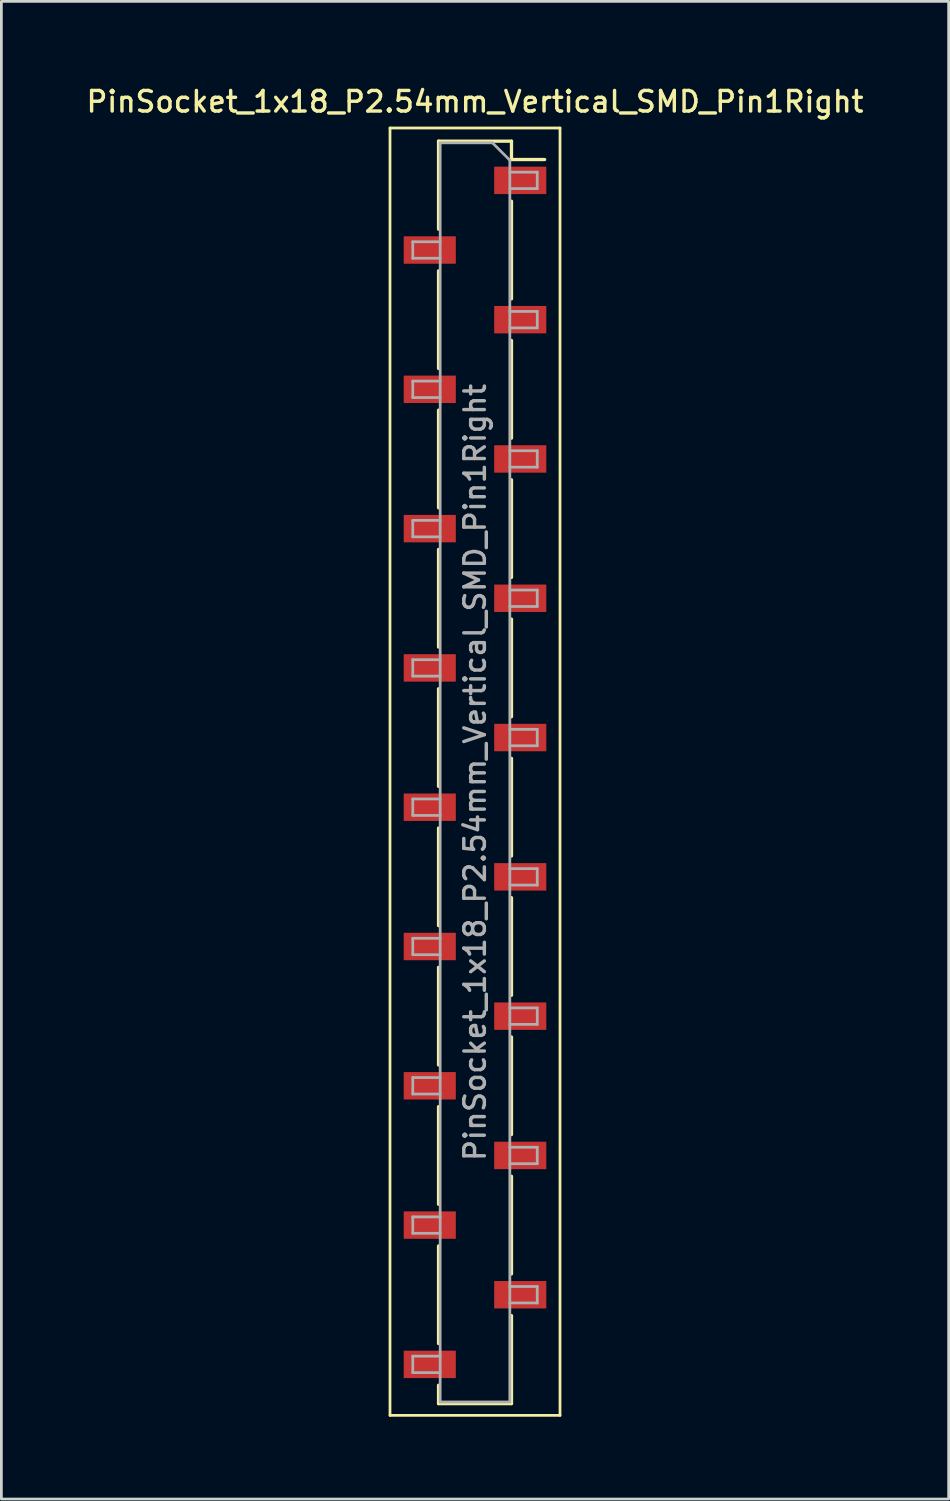
<source format=kicad_pcb>
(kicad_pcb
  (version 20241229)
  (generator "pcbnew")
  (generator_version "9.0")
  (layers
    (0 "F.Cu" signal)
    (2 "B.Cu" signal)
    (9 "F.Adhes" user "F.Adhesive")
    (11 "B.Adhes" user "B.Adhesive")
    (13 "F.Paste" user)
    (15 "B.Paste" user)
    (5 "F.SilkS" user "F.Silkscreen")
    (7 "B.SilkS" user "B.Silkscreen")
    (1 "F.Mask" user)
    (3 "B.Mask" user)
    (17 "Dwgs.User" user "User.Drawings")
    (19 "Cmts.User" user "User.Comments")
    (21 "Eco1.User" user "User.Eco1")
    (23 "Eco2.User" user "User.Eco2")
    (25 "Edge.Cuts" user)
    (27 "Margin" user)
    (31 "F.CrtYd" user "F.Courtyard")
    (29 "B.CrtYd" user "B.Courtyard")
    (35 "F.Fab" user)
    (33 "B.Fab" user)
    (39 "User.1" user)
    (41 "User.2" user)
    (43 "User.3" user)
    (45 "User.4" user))
  (footprint "PinSocket_1x18_P2.54mm_Vertical_SMD_Pin1Right"
    (layer "F.Cu")
    (at 14.273 25.118)
    (property "Reference" "PinSocket_1x18_P2.54mm_Vertical_SMD_Pin1Right" (at 0 -24.46 0) (layer "F.SilkS") (effects (font (size 0.75 0.75) (thickness 0.125))))
    (attr smd)
    (fp_line (start -3.1 -23.5) (end 3.1 -23.5) (stroke (width 0.1) (type solid)) (layer "F.SilkS"))
    (fp_line (start -3.1 23.45) (end -3.1 -23.5) (stroke (width 0.1) (type solid)) (layer "F.SilkS"))
    (fp_line (start -1.33 -23.02) (end -1.33 -19.81) (stroke (width 0.12) (type solid)) (layer "F.SilkS"))
    (fp_line (start -1.33 -23.02) (end 1.33 -23.02) (stroke (width 0.12) (type solid)) (layer "F.SilkS"))
    (fp_line (start -1.33 -18.29) (end -1.33 -14.73) (stroke (width 0.12) (type solid)) (layer "F.SilkS"))
    (fp_line (start -1.33 -13.21) (end -1.33 -9.65) (stroke (width 0.12) (type solid)) (layer "F.SilkS"))
    (fp_line (start -1.33 -8.13) (end -1.33 -4.57) (stroke (width 0.12) (type solid)) (layer "F.SilkS"))
    (fp_line (start -1.33 -3.05) (end -1.33 0.51) (stroke (width 0.12) (type solid)) (layer "F.SilkS"))
    (fp_line (start -1.33 2.03) (end -1.33 5.59) (stroke (width 0.12) (type solid)) (layer "F.SilkS"))
    (fp_line (start -1.33 7.11) (end -1.33 10.67) (stroke (width 0.12) (type solid)) (layer "F.SilkS"))
    (fp_line (start -1.33 12.19) (end -1.33 15.75) (stroke (width 0.12) (type solid)) (layer "F.SilkS"))
    (fp_line (start -1.33 17.27) (end -1.33 20.83) (stroke (width 0.12) (type solid)) (layer "F.SilkS"))
    (fp_line (start -1.33 22.35) (end -1.33 23.02) (stroke (width 0.12) (type solid)) (layer "F.SilkS"))
    (fp_line (start -1.33 23.02) (end 1.33 23.02) (stroke (width 0.12) (type solid)) (layer "F.SilkS"))
    (fp_line (start 1.33 -23.02) (end 1.33 -22.35) (stroke (width 0.12) (type solid)) (layer "F.SilkS"))
    (fp_line (start 1.33 -22.35) (end 2.54 -22.35) (stroke (width 0.12) (type solid)) (layer "F.SilkS"))
    (fp_line (start 1.33 -20.83) (end 1.33 -17.27) (stroke (width 0.12) (type solid)) (layer "F.SilkS"))
    (fp_line (start 1.33 -15.75) (end 1.33 -12.19) (stroke (width 0.12) (type solid)) (layer "F.SilkS"))
    (fp_line (start 1.33 -10.67) (end 1.33 -7.11) (stroke (width 0.12) (type solid)) (layer "F.SilkS"))
    (fp_line (start 1.33 -5.59) (end 1.33 -2.03) (stroke (width 0.12) (type solid)) (layer "F.SilkS"))
    (fp_line (start 1.33 -0.51) (end 1.33 3.05) (stroke (width 0.12) (type solid)) (layer "F.SilkS"))
    (fp_line (start 1.33 4.57) (end 1.33 8.13) (stroke (width 0.12) (type solid)) (layer "F.SilkS"))
    (fp_line (start 1.33 9.65) (end 1.33 13.21) (stroke (width 0.12) (type solid)) (layer "F.SilkS"))
    (fp_line (start 1.33 14.73) (end 1.33 18.29) (stroke (width 0.12) (type solid)) (layer "F.SilkS"))
    (fp_line (start 1.33 19.81) (end 1.33 23.02) (stroke (width 0.12) (type solid)) (layer "F.SilkS"))
    (fp_line (start 3.1 -23.5) (end 3.1 23.45) (stroke (width 0.1) (type solid)) (layer "F.SilkS"))
    (fp_line (start 3.1 23.45) (end -3.1 23.45) (stroke (width 0.1) (type solid)) (layer "F.SilkS"))
    (fp_line (start -2.27 -19.35) (end -1.27 -19.35) (stroke (width 0.1) (type solid)) (layer "F.Fab"))
    (fp_line (start -2.27 -18.75) (end -2.27 -19.35) (stroke (width 0.1) (type solid)) (layer "F.Fab"))
    (fp_line (start -2.27 -14.27) (end -1.27 -14.27) (stroke (width 0.1) (type solid)) (layer "F.Fab"))
    (fp_line (start -2.27 -13.67) (end -2.27 -14.27) (stroke (width 0.1) (type solid)) (layer "F.Fab"))
    (fp_line (start -2.27 -9.19) (end -1.27 -9.19) (stroke (width 0.1) (type solid)) (layer "F.Fab"))
    (fp_line (start -2.27 -8.59) (end -2.27 -9.19) (stroke (width 0.1) (type solid)) (layer "F.Fab"))
    (fp_line (start -2.27 -4.11) (end -1.27 -4.11) (stroke (width 0.1) (type solid)) (layer "F.Fab"))
    (fp_line (start -2.27 -3.51) (end -2.27 -4.11) (stroke (width 0.1) (type solid)) (layer "F.Fab"))
    (fp_line (start -2.27 0.97) (end -1.27 0.97) (stroke (width 0.1) (type solid)) (layer "F.Fab"))
    (fp_line (start -2.27 1.57) (end -2.27 0.97) (stroke (width 0.1) (type solid)) (layer "F.Fab"))
    (fp_line (start -2.27 6.05) (end -1.27 6.05) (stroke (width 0.1) (type solid)) (layer "F.Fab"))
    (fp_line (start -2.27 6.65) (end -2.27 6.05) (stroke (width 0.1) (type solid)) (layer "F.Fab"))
    (fp_line (start -2.27 11.13) (end -1.27 11.13) (stroke (width 0.1) (type solid)) (layer "F.Fab"))
    (fp_line (start -2.27 11.73) (end -2.27 11.13) (stroke (width 0.1) (type solid)) (layer "F.Fab"))
    (fp_line (start -2.27 16.21) (end -1.27 16.21) (stroke (width 0.1) (type solid)) (layer "F.Fab"))
    (fp_line (start -2.27 16.81) (end -2.27 16.21) (stroke (width 0.1) (type solid)) (layer "F.Fab"))
    (fp_line (start -2.27 21.29) (end -1.27 21.29) (stroke (width 0.1) (type solid)) (layer "F.Fab"))
    (fp_line (start -2.27 21.89) (end -2.27 21.29) (stroke (width 0.1) (type solid)) (layer "F.Fab"))
    (fp_line (start -1.27 -22.96) (end 0.635 -22.96) (stroke (width 0.1) (type solid)) (layer "F.Fab"))
    (fp_line (start -1.27 -18.75) (end -2.27 -18.75) (stroke (width 0.1) (type solid)) (layer "F.Fab"))
    (fp_line (start -1.27 -13.67) (end -2.27 -13.67) (stroke (width 0.1) (type solid)) (layer "F.Fab"))
    (fp_line (start -1.27 -8.59) (end -2.27 -8.59) (stroke (width 0.1) (type solid)) (layer "F.Fab"))
    (fp_line (start -1.27 -3.51) (end -2.27 -3.51) (stroke (width 0.1) (type solid)) (layer "F.Fab"))
    (fp_line (start -1.27 1.57) (end -2.27 1.57) (stroke (width 0.1) (type solid)) (layer "F.Fab"))
    (fp_line (start -1.27 6.65) (end -2.27 6.65) (stroke (width 0.1) (type solid)) (layer "F.Fab"))
    (fp_line (start -1.27 11.73) (end -2.27 11.73) (stroke (width 0.1) (type solid)) (layer "F.Fab"))
    (fp_line (start -1.27 16.81) (end -2.27 16.81) (stroke (width 0.1) (type solid)) (layer "F.Fab"))
    (fp_line (start -1.27 21.89) (end -2.27 21.89) (stroke (width 0.1) (type solid)) (layer "F.Fab"))
    (fp_line (start -1.27 22.96) (end -1.27 -22.96) (stroke (width 0.1) (type solid)) (layer "F.Fab"))
    (fp_line (start 0.635 -22.96) (end 1.27 -22.325) (stroke (width 0.1) (type solid)) (layer "F.Fab"))
    (fp_line (start 1.27 -22.325) (end 1.27 22.96) (stroke (width 0.1) (type solid)) (layer "F.Fab"))
    (fp_line (start 1.27 -21.89) (end 2.27 -21.89) (stroke (width 0.1) (type solid)) (layer "F.Fab"))
    (fp_line (start 1.27 -16.81) (end 2.27 -16.81) (stroke (width 0.1) (type solid)) (layer "F.Fab"))
    (fp_line (start 1.27 -11.73) (end 2.27 -11.73) (stroke (width 0.1) (type solid)) (layer "F.Fab"))
    (fp_line (start 1.27 -6.65) (end 2.27 -6.65) (stroke (width 0.1) (type solid)) (layer "F.Fab"))
    (fp_line (start 1.27 -1.57) (end 2.27 -1.57) (stroke (width 0.1) (type solid)) (layer "F.Fab"))
    (fp_line (start 1.27 3.51) (end 2.27 3.51) (stroke (width 0.1) (type solid)) (layer "F.Fab"))
    (fp_line (start 1.27 8.59) (end 2.27 8.59) (stroke (width 0.1) (type solid)) (layer "F.Fab"))
    (fp_line (start 1.27 13.67) (end 2.27 13.67) (stroke (width 0.1) (type solid)) (layer "F.Fab"))
    (fp_line (start 1.27 18.75) (end 2.27 18.75) (stroke (width 0.1) (type solid)) (layer "F.Fab"))
    (fp_line (start 1.27 22.96) (end -1.27 22.96) (stroke (width 0.1) (type solid)) (layer "F.Fab"))
    (fp_line (start 2.27 -21.89) (end 2.27 -21.29) (stroke (width 0.1) (type solid)) (layer "F.Fab"))
    (fp_line (start 2.27 -21.29) (end 1.27 -21.29) (stroke (width 0.1) (type solid)) (layer "F.Fab"))
    (fp_line (start 2.27 -16.81) (end 2.27 -16.21) (stroke (width 0.1) (type solid)) (layer "F.Fab"))
    (fp_line (start 2.27 -16.21) (end 1.27 -16.21) (stroke (width 0.1) (type solid)) (layer "F.Fab"))
    (fp_line (start 2.27 -11.73) (end 2.27 -11.13) (stroke (width 0.1) (type solid)) (layer "F.Fab"))
    (fp_line (start 2.27 -11.13) (end 1.27 -11.13) (stroke (width 0.1) (type solid)) (layer "F.Fab"))
    (fp_line (start 2.27 -6.65) (end 2.27 -6.05) (stroke (width 0.1) (type solid)) (layer "F.Fab"))
    (fp_line (start 2.27 -6.05) (end 1.27 -6.05) (stroke (width 0.1) (type solid)) (layer "F.Fab"))
    (fp_line (start 2.27 -1.57) (end 2.27 -0.97) (stroke (width 0.1) (type solid)) (layer "F.Fab"))
    (fp_line (start 2.27 -0.97) (end 1.27 -0.97) (stroke (width 0.1) (type solid)) (layer "F.Fab"))
    (fp_line (start 2.27 3.51) (end 2.27 4.11) (stroke (width 0.1) (type solid)) (layer "F.Fab"))
    (fp_line (start 2.27 4.11) (end 1.27 4.11) (stroke (width 0.1) (type solid)) (layer "F.Fab"))
    (fp_line (start 2.27 8.59) (end 2.27 9.19) (stroke (width 0.1) (type solid)) (layer "F.Fab"))
    (fp_line (start 2.27 9.19) (end 1.27 9.19) (stroke (width 0.1) (type solid)) (layer "F.Fab"))
    (fp_line (start 2.27 13.67) (end 2.27 14.27) (stroke (width 0.1) (type solid)) (layer "F.Fab"))
    (fp_line (start 2.27 14.27) (end 1.27 14.27) (stroke (width 0.1) (type solid)) (layer "F.Fab"))
    (fp_line (start 2.27 18.75) (end 2.27 19.35) (stroke (width 0.1) (type solid)) (layer "F.Fab"))
    (fp_line (start 2.27 19.35) (end 1.27 19.35) (stroke (width 0.1) (type solid)) (layer "F.Fab"))
    (fp_text user "${REFERENCE}" (at 0 0 90) (layer "F.Fab") (effects (font (size 0.75 0.75) (thickness 0.125))))
    (pad "1" smd rect (at 1.65 -21.59) (size 1.9 1) (layers "F.Cu" "F.Mask" "F.Paste"))
    (pad "2" smd rect (at -1.65 -19.05) (size 1.9 1) (layers "F.Cu" "F.Mask" "F.Paste"))
    (pad "3" smd rect (at 1.65 -16.51) (size 1.9 1) (layers "F.Cu" "F.Mask" "F.Paste"))
    (pad "4" smd rect (at -1.65 -13.97) (size 1.9 1) (layers "F.Cu" "F.Mask" "F.Paste"))
    (pad "5" smd rect (at 1.65 -11.43) (size 1.9 1) (layers "F.Cu" "F.Mask" "F.Paste"))
    (pad "6" smd rect (at -1.65 -8.89) (size 1.9 1) (layers "F.Cu" "F.Mask" "F.Paste"))
    (pad "7" smd rect (at 1.65 -6.35) (size 1.9 1) (layers "F.Cu" "F.Mask" "F.Paste"))
    (pad "8" smd rect (at -1.65 -3.81) (size 1.9 1) (layers "F.Cu" "F.Mask" "F.Paste"))
    (pad "9" smd rect (at 1.65 -1.27) (size 1.9 1) (layers "F.Cu" "F.Mask" "F.Paste"))
    (pad "10" smd rect (at -1.65 1.27) (size 1.9 1) (layers "F.Cu" "F.Mask" "F.Paste"))
    (pad "11" smd rect (at 1.65 3.81) (size 1.9 1) (layers "F.Cu" "F.Mask" "F.Paste"))
    (pad "12" smd rect (at -1.65 6.35) (size 1.9 1) (layers "F.Cu" "F.Mask" "F.Paste"))
    (pad "13" smd rect (at 1.65 8.89) (size 1.9 1) (layers "F.Cu" "F.Mask" "F.Paste"))
    (pad "14" smd rect (at -1.65 11.43) (size 1.9 1) (layers "F.Cu" "F.Mask" "F.Paste"))
    (pad "15" smd rect (at 1.65 13.97) (size 1.9 1) (layers "F.Cu" "F.Mask" "F.Paste"))
    (pad "16" smd rect (at -1.65 16.51) (size 1.9 1) (layers "F.Cu" "F.Mask" "F.Paste"))
    (pad "17" smd rect (at 1.65 19.05) (size 1.9 1) (layers "F.Cu" "F.Mask" "F.Paste"))
    (pad "18" smd rect (at -1.65 21.59) (size 1.9 1) (layers "F.Cu" "F.Mask" "F.Paste")))
  (gr_rect
    (start -3 -3)
    (end 31.546 51.618)
    (stroke (width 0.1) (type default))
    (fill no)
    (layer "Edge.Cuts")))
</source>
